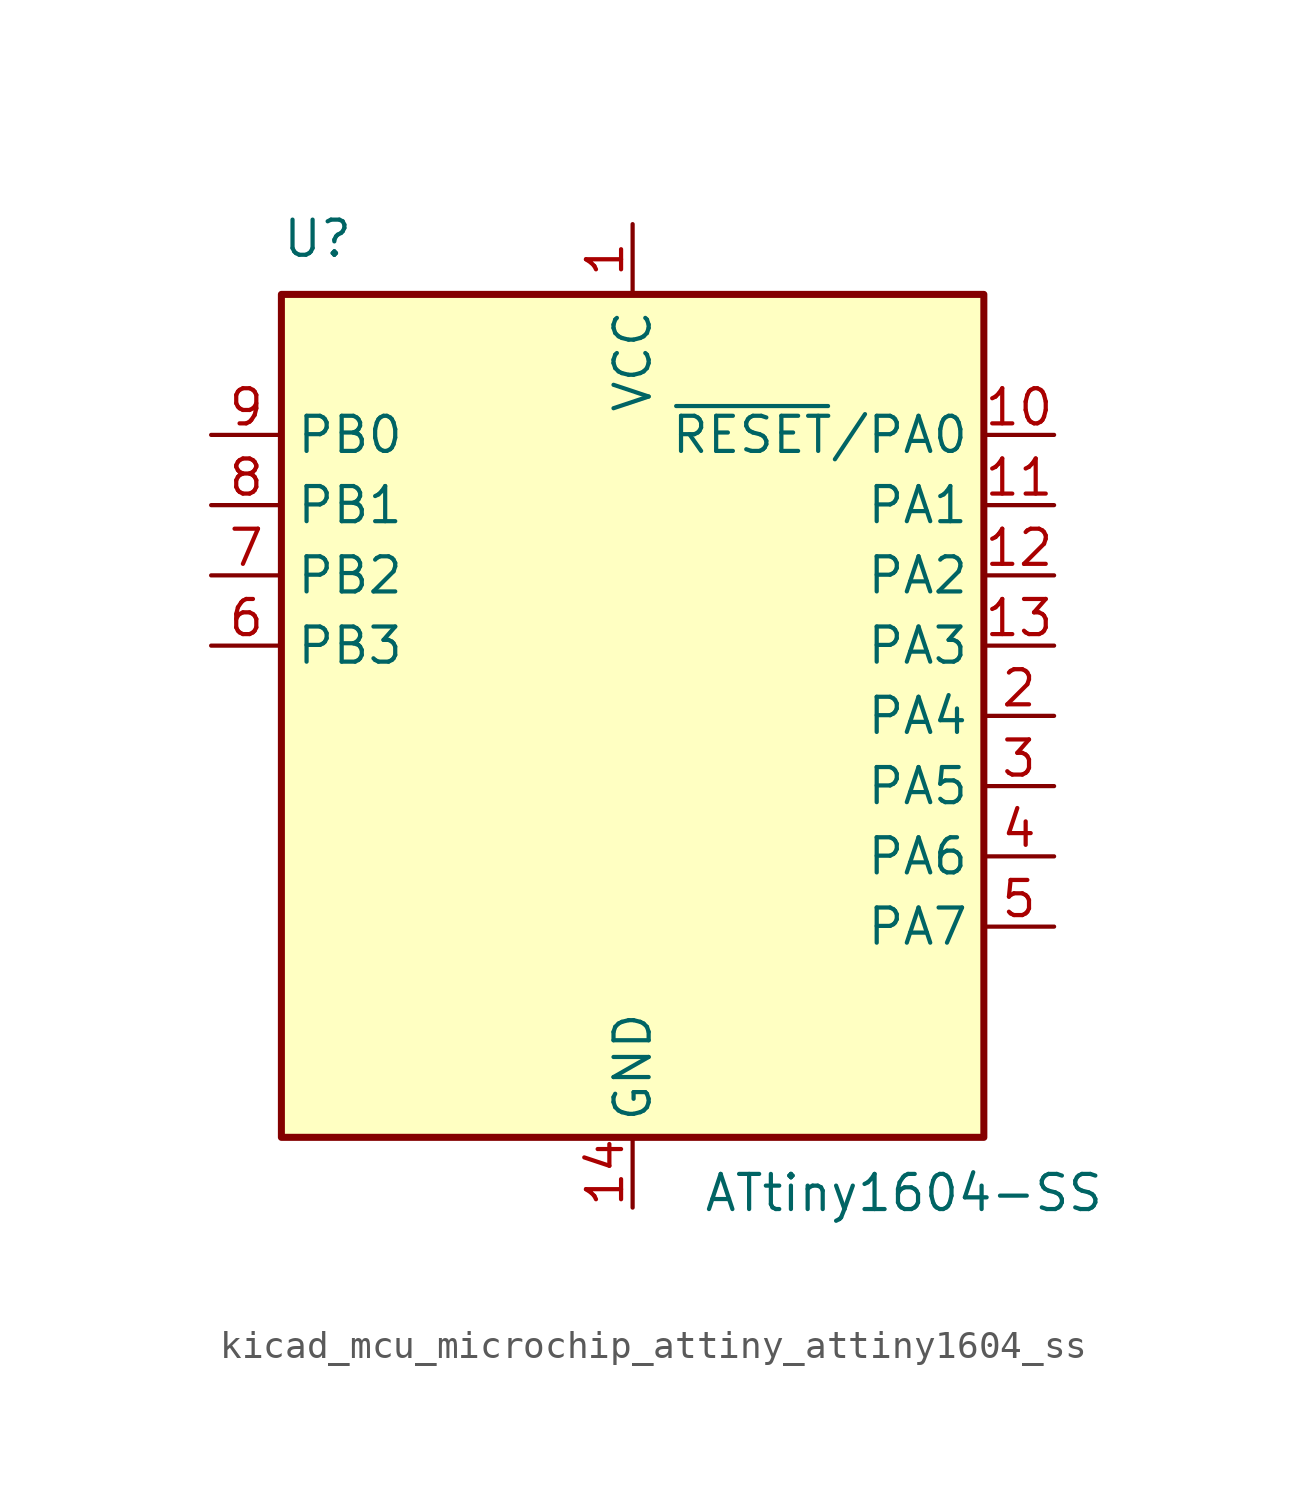
<source format=kicad_sym>
(kicad_symbol_lib
  (version 20220914)
  (generator kicad_symbol_editor)
  (symbol "kicad_mcu_microchip_attiny_attiny1604_ss"
    (property "Reference" "U"
      (at -12.7 16.51 0)
      (effects (font (size 1.27 1.27)) (justify left bottom)))
    (property "Value" "ATtiny1604-SS"
      (at 2.54 -16.51 0)
      (effects (font (size 1.27 1.27)) (justify left top)))
    (symbol "kicad_mcu_microchip_attiny_attiny1604_ss_0_1"
      (rectangle (start -12.7 -15.24) (end 12.7 15.24) (stroke (width 0.254) (type default)) (fill (type background))))
    (symbol "kicad_mcu_microchip_attiny_attiny1604_ss_1_1"
      (pin power_in line (at 0 17.78 270) (length 2.54) (name "VCC" (effects (font (size 1.27 1.27)))) (number "1" (effects (font (size 1.27 1.27)))))
      (pin bidirectional line (at 15.24 10.16 180) (length 2.54) (name "~{RESET}/PA0" (effects (font (size 1.27 1.27)))) (number "10" (effects (font (size 1.27 1.27)))))
      (pin bidirectional line (at 15.24 7.62 180) (length 2.54) (name "PA1" (effects (font (size 1.27 1.27)))) (number "11" (effects (font (size 1.27 1.27)))))
      (pin bidirectional line (at 15.24 5.08 180) (length 2.54) (name "PA2" (effects (font (size 1.27 1.27)))) (number "12" (effects (font (size 1.27 1.27)))))
      (pin bidirectional line (at 15.24 2.54 180) (length 2.54) (name "PA3" (effects (font (size 1.27 1.27)))) (number "13" (effects (font (size 1.27 1.27)))))
      (pin power_in line (at 0 -17.78 90) (length 2.54) (name "GND" (effects (font (size 1.27 1.27)))) (number "14" (effects (font (size 1.27 1.27)))))
      (pin bidirectional line (at 15.24 0 180) (length 2.54) (name "PA4" (effects (font (size 1.27 1.27)))) (number "2" (effects (font (size 1.27 1.27)))))
      (pin bidirectional line (at 15.24 -2.54 180) (length 2.54) (name "PA5" (effects (font (size 1.27 1.27)))) (number "3" (effects (font (size 1.27 1.27)))))
      (pin bidirectional line (at 15.24 -5.08 180) (length 2.54) (name "PA6" (effects (font (size 1.27 1.27)))) (number "4" (effects (font (size 1.27 1.27)))))
      (pin bidirectional line (at 15.24 -7.62 180) (length 2.54) (name "PA7" (effects (font (size 1.27 1.27)))) (number "5" (effects (font (size 1.27 1.27)))))
      (pin bidirectional line (at -15.24 2.54 0) (length 2.54) (name "PB3" (effects (font (size 1.27 1.27)))) (number "6" (effects (font (size 1.27 1.27)))))
      (pin bidirectional line (at -15.24 5.08 0) (length 2.54) (name "PB2" (effects (font (size 1.27 1.27)))) (number "7" (effects (font (size 1.27 1.27)))))
      (pin bidirectional line (at -15.24 7.62 0) (length 2.54) (name "PB1" (effects (font (size 1.27 1.27)))) (number "8" (effects (font (size 1.27 1.27)))))
      (pin bidirectional line (at -15.24 10.16 0) (length 2.54) (name "PB0" (effects (font (size 1.27 1.27)))) (number "9" (effects (font (size 1.27 1.27))))))))
</source>
